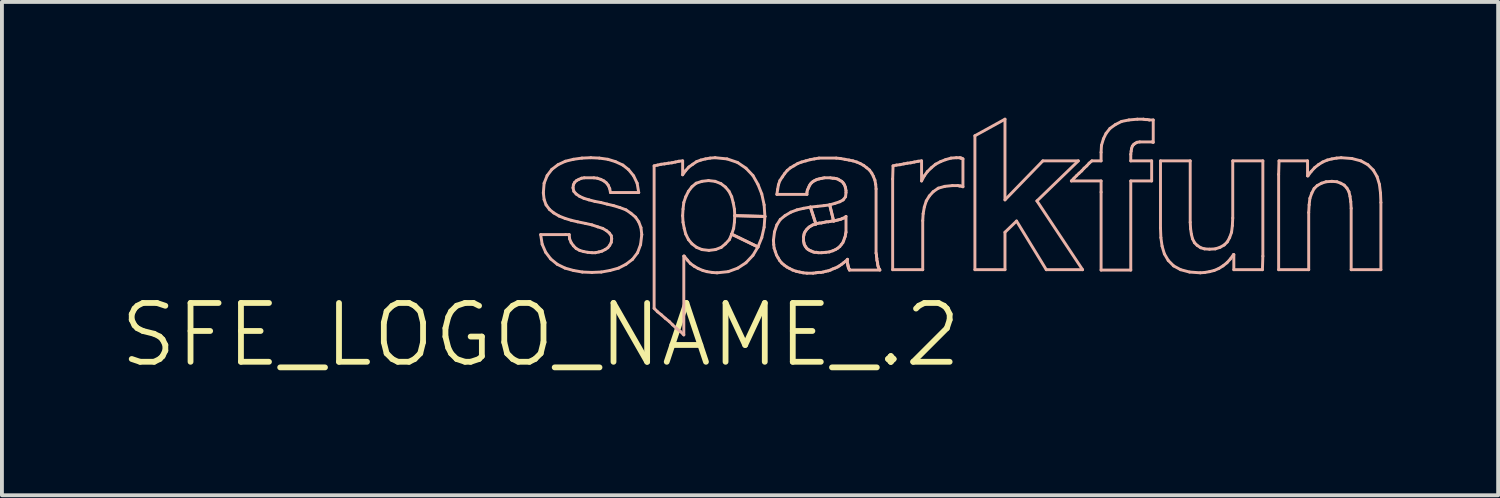
<source format=kicad_pcb>
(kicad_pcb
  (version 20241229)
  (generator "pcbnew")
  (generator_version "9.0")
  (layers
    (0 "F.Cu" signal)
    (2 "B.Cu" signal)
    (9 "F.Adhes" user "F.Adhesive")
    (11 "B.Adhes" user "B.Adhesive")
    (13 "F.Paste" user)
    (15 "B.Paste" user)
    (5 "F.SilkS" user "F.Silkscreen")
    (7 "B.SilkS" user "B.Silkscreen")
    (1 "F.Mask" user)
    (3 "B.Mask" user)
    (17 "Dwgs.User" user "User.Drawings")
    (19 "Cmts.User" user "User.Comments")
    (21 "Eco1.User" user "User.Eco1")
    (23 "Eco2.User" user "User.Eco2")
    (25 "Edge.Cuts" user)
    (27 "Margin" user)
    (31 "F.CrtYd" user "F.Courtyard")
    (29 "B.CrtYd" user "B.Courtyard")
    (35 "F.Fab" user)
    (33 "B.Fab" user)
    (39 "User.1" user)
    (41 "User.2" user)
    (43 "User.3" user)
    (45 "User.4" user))
  (footprint "SFE_LOGO_NAME_.2"
    (layer "F.Cu")
    (at 10.958 5.626)
    (property "Reference" "SFE_LOGO_NAME_.2" (at 0 0 0) (layer "F.SilkS") (effects (font (size 1.524 1.524) (thickness 0.15))))
    (attr exclude_from_pos_files exclude_from_bom)
    (fp_line (start 0 -2.598) (end 0.648 -2.598) (stroke (width 0.076) (type solid)) (layer "B.SilkS"))
    (fp_line (start 0.038 -2.349) (end 0 -2.598) (stroke (width 0.076) (type solid)) (layer "B.SilkS"))
    (fp_line (start 0.069 -3.678) (end 0.089 -3.929) (stroke (width 0.076) (type solid)) (layer "B.SilkS"))
    (fp_line (start 0.089 -3.929) (end 0.168 -4.128) (stroke (width 0.076) (type solid)) (layer "B.SilkS"))
    (fp_line (start 0.089 -3.508) (end 0.069 -3.678) (stroke (width 0.076) (type solid)) (layer "B.SilkS"))
    (fp_line (start 0.13 -2.139) (end 0.038 -2.349) (stroke (width 0.076) (type solid)) (layer "B.SilkS"))
    (fp_line (start 0.14 -3.368) (end 0.089 -3.508) (stroke (width 0.076) (type solid)) (layer "B.SilkS"))
    (fp_line (start 0.168 -4.128) (end 0.29 -4.288) (stroke (width 0.076) (type solid)) (layer "B.SilkS"))
    (fp_line (start 0.229 -3.249) (end 0.14 -3.368) (stroke (width 0.076) (type solid)) (layer "B.SilkS"))
    (fp_line (start 0.259 -1.968) (end 0.13 -2.139) (stroke (width 0.076) (type solid)) (layer "B.SilkS"))
    (fp_line (start 0.29 -4.288) (end 0.45 -4.409) (stroke (width 0.076) (type solid)) (layer "B.SilkS"))
    (fp_line (start 0.338 -3.16) (end 0.229 -3.249) (stroke (width 0.076) (type solid)) (layer "B.SilkS"))
    (fp_line (start 0.429 -1.829) (end 0.259 -1.968) (stroke (width 0.076) (type solid)) (layer "B.SilkS"))
    (fp_line (start 0.45 -4.409) (end 0.638 -4.498) (stroke (width 0.076) (type solid)) (layer "B.SilkS"))
    (fp_line (start 0.478 -3.078) (end 0.338 -3.16) (stroke (width 0.076) (type solid)) (layer "B.SilkS"))
    (fp_line (start 0.63 -3.018) (end 0.478 -3.078) (stroke (width 0.076) (type solid)) (layer "B.SilkS"))
    (fp_line (start 0.63 -1.73) (end 0.429 -1.829) (stroke (width 0.076) (type solid)) (layer "B.SilkS"))
    (fp_line (start 0.638 -4.498) (end 0.848 -4.549) (stroke (width 0.076) (type solid)) (layer "B.SilkS"))
    (fp_line (start 0.648 -2.598) (end 0.739 -2.598) (stroke (width 0.076) (type solid)) (layer "B.SilkS"))
    (fp_line (start 0.739 -2.598) (end 0.749 -2.489) (stroke (width 0.076) (type solid)) (layer "B.SilkS"))
    (fp_line (start 0.749 -2.489) (end 0.79 -2.388) (stroke (width 0.076) (type solid)) (layer "B.SilkS"))
    (fp_line (start 0.79 -2.969) (end 0.63 -3.018) (stroke (width 0.076) (type solid)) (layer "B.SilkS"))
    (fp_line (start 0.79 -2.388) (end 0.848 -2.309) (stroke (width 0.076) (type solid)) (layer "B.SilkS"))
    (fp_line (start 0.838 -3.81) (end 0.859 -3.719) (stroke (width 0.076) (type solid)) (layer "B.SilkS"))
    (fp_line (start 0.848 -4.549) (end 1.069 -4.58) (stroke (width 0.076) (type solid)) (layer "B.SilkS"))
    (fp_line (start 0.848 -3.889) (end 0.838 -3.81) (stroke (width 0.076) (type solid)) (layer "B.SilkS"))
    (fp_line (start 0.848 -2.309) (end 0.919 -2.238) (stroke (width 0.076) (type solid)) (layer "B.SilkS"))
    (fp_line (start 0.848 -1.669) (end 0.63 -1.73) (stroke (width 0.076) (type solid)) (layer "B.SilkS"))
    (fp_line (start 0.859 -3.719) (end 0.919 -3.65) (stroke (width 0.076) (type solid)) (layer "B.SilkS"))
    (fp_line (start 0.879 -3.95) (end 0.848 -3.889) (stroke (width 0.076) (type solid)) (layer "B.SilkS"))
    (fp_line (start 0.919 -3.65) (end 1.008 -3.589) (stroke (width 0.076) (type solid)) (layer "B.SilkS"))
    (fp_line (start 0.919 -2.238) (end 1.008 -2.189) (stroke (width 0.076) (type solid)) (layer "B.SilkS"))
    (fp_line (start 0.93 -3.998) (end 0.879 -3.95) (stroke (width 0.076) (type solid)) (layer "B.SilkS"))
    (fp_line (start 0.958 -2.929) (end 0.79 -2.969) (stroke (width 0.076) (type solid)) (layer "B.SilkS"))
    (fp_line (start 0.988 -4.028) (end 0.93 -3.998) (stroke (width 0.076) (type solid)) (layer "B.SilkS"))
    (fp_line (start 1.008 -3.589) (end 1.118 -3.538) (stroke (width 0.076) (type solid)) (layer "B.SilkS"))
    (fp_line (start 1.008 -2.189) (end 1.11 -2.159) (stroke (width 0.076) (type solid)) (layer "B.SilkS"))
    (fp_line (start 1.059 -4.059) (end 0.988 -4.028) (stroke (width 0.076) (type solid)) (layer "B.SilkS"))
    (fp_line (start 1.069 -4.58) (end 1.298 -4.59) (stroke (width 0.076) (type solid)) (layer "B.SilkS"))
    (fp_line (start 1.079 -1.628) (end 0.848 -1.669) (stroke (width 0.076) (type solid)) (layer "B.SilkS"))
    (fp_line (start 1.11 -2.159) (end 1.219 -2.139) (stroke (width 0.076) (type solid)) (layer "B.SilkS"))
    (fp_line (start 1.118 -3.538) (end 1.25 -3.498) (stroke (width 0.076) (type solid)) (layer "B.SilkS"))
    (fp_line (start 1.128 -4.069) (end 1.059 -4.059) (stroke (width 0.076) (type solid)) (layer "B.SilkS"))
    (fp_line (start 1.158 -2.888) (end 0.958 -2.929) (stroke (width 0.076) (type solid)) (layer "B.SilkS"))
    (fp_line (start 1.219 -2.139) (end 1.328 -2.129) (stroke (width 0.076) (type solid)) (layer "B.SilkS"))
    (fp_line (start 1.25 -3.498) (end 1.4 -3.459) (stroke (width 0.076) (type solid)) (layer "B.SilkS"))
    (fp_line (start 1.298 -4.59) (end 1.519 -4.58) (stroke (width 0.076) (type solid)) (layer "B.SilkS"))
    (fp_line (start 1.328 -2.85) (end 1.158 -2.888) (stroke (width 0.076) (type solid)) (layer "B.SilkS"))
    (fp_line (start 1.328 -2.129) (end 1.42 -2.129) (stroke (width 0.076) (type solid)) (layer "B.SilkS"))
    (fp_line (start 1.328 -1.618) (end 1.079 -1.628) (stroke (width 0.076) (type solid)) (layer "B.SilkS"))
    (fp_line (start 1.379 -4.069) (end 1.128 -4.069) (stroke (width 0.076) (type solid)) (layer "B.SilkS"))
    (fp_line (start 1.4 -3.459) (end 1.56 -3.429) (stroke (width 0.076) (type solid)) (layer "B.SilkS"))
    (fp_line (start 1.42 -2.129) (end 1.509 -2.149) (stroke (width 0.076) (type solid)) (layer "B.SilkS"))
    (fp_line (start 1.468 -4.059) (end 1.379 -4.069) (stroke (width 0.076) (type solid)) (layer "B.SilkS"))
    (fp_line (start 1.478 -2.799) (end 1.328 -2.85) (stroke (width 0.076) (type solid)) (layer "B.SilkS"))
    (fp_line (start 1.509 -2.149) (end 1.587 -2.169) (stroke (width 0.076) (type solid)) (layer "B.SilkS"))
    (fp_line (start 1.519 -4.58) (end 1.74 -4.549) (stroke (width 0.076) (type solid)) (layer "B.SilkS"))
    (fp_line (start 1.56 -4.028) (end 1.468 -4.059) (stroke (width 0.076) (type solid)) (layer "B.SilkS"))
    (fp_line (start 1.56 -3.429) (end 1.72 -3.388) (stroke (width 0.076) (type solid)) (layer "B.SilkS"))
    (fp_line (start 1.57 -1.628) (end 1.328 -1.618) (stroke (width 0.076) (type solid)) (layer "B.SilkS"))
    (fp_line (start 1.587 -2.169) (end 1.669 -2.21) (stroke (width 0.076) (type solid)) (layer "B.SilkS"))
    (fp_line (start 1.608 -2.758) (end 1.478 -2.799) (stroke (width 0.076) (type solid)) (layer "B.SilkS"))
    (fp_line (start 1.638 -3.988) (end 1.56 -4.028) (stroke (width 0.076) (type solid)) (layer "B.SilkS"))
    (fp_line (start 1.669 -2.21) (end 1.74 -2.258) (stroke (width 0.076) (type solid)) (layer "B.SilkS"))
    (fp_line (start 1.699 -3.94) (end 1.638 -3.988) (stroke (width 0.076) (type solid)) (layer "B.SilkS"))
    (fp_line (start 1.709 -2.697) (end 1.608 -2.758) (stroke (width 0.076) (type solid)) (layer "B.SilkS"))
    (fp_line (start 1.72 -3.388) (end 1.89 -3.348) (stroke (width 0.076) (type solid)) (layer "B.SilkS"))
    (fp_line (start 1.74 -4.549) (end 1.938 -4.488) (stroke (width 0.076) (type solid)) (layer "B.SilkS"))
    (fp_line (start 1.74 -2.258) (end 1.788 -2.319) (stroke (width 0.076) (type solid)) (layer "B.SilkS"))
    (fp_line (start 1.748 -3.879) (end 1.699 -3.94) (stroke (width 0.076) (type solid)) (layer "B.SilkS"))
    (fp_line (start 1.778 -2.639) (end 1.709 -2.697) (stroke (width 0.076) (type solid)) (layer "B.SilkS"))
    (fp_line (start 1.788 -3.79) (end 1.748 -3.879) (stroke (width 0.076) (type solid)) (layer "B.SilkS"))
    (fp_line (start 1.788 -2.319) (end 1.829 -2.398) (stroke (width 0.076) (type solid)) (layer "B.SilkS"))
    (fp_line (start 1.798 -1.669) (end 1.57 -1.628) (stroke (width 0.076) (type solid)) (layer "B.SilkS"))
    (fp_line (start 1.808 -3.688) (end 1.788 -3.79) (stroke (width 0.076) (type solid)) (layer "B.SilkS"))
    (fp_line (start 1.829 -2.568) (end 1.778 -2.639) (stroke (width 0.076) (type solid)) (layer "B.SilkS"))
    (fp_line (start 1.829 -2.398) (end 1.839 -2.489) (stroke (width 0.076) (type solid)) (layer "B.SilkS"))
    (fp_line (start 1.839 -2.489) (end 1.829 -2.568) (stroke (width 0.076) (type solid)) (layer "B.SilkS"))
    (fp_line (start 1.89 -3.348) (end 2.05 -3.299) (stroke (width 0.076) (type solid)) (layer "B.SilkS"))
    (fp_line (start 1.938 -4.488) (end 2.129 -4.399) (stroke (width 0.076) (type solid)) (layer "B.SilkS"))
    (fp_line (start 2.019 -1.73) (end 1.798 -1.669) (stroke (width 0.076) (type solid)) (layer "B.SilkS"))
    (fp_line (start 2.05 -3.299) (end 2.21 -3.239) (stroke (width 0.076) (type solid)) (layer "B.SilkS"))
    (fp_line (start 2.129 -4.399) (end 2.278 -4.28) (stroke (width 0.076) (type solid)) (layer "B.SilkS"))
    (fp_line (start 2.21 -3.239) (end 2.339 -3.15) (stroke (width 0.076) (type solid)) (layer "B.SilkS"))
    (fp_line (start 2.21 -1.829) (end 2.019 -1.73) (stroke (width 0.076) (type solid)) (layer "B.SilkS"))
    (fp_line (start 2.278 -4.28) (end 2.408 -4.12) (stroke (width 0.076) (type solid)) (layer "B.SilkS"))
    (fp_line (start 2.339 -3.15) (end 2.459 -3.048) (stroke (width 0.076) (type solid)) (layer "B.SilkS"))
    (fp_line (start 2.38 -1.958) (end 2.21 -1.829) (stroke (width 0.076) (type solid)) (layer "B.SilkS"))
    (fp_line (start 2.408 -4.12) (end 2.499 -3.929) (stroke (width 0.076) (type solid)) (layer "B.SilkS"))
    (fp_line (start 2.459 -3.048) (end 2.54 -2.929) (stroke (width 0.076) (type solid)) (layer "B.SilkS"))
    (fp_line (start 2.499 -3.929) (end 2.54 -3.688) (stroke (width 0.076) (type solid)) (layer "B.SilkS"))
    (fp_line (start 2.51 -2.129) (end 2.38 -1.958) (stroke (width 0.076) (type solid)) (layer "B.SilkS"))
    (fp_line (start 2.54 -3.688) (end 1.808 -3.688) (stroke (width 0.076) (type solid)) (layer "B.SilkS"))
    (fp_line (start 2.54 -2.929) (end 2.598 -2.779) (stroke (width 0.076) (type solid)) (layer "B.SilkS"))
    (fp_line (start 2.588 -2.339) (end 2.51 -2.129) (stroke (width 0.076) (type solid)) (layer "B.SilkS"))
    (fp_line (start 2.598 -2.779) (end 2.619 -2.598) (stroke (width 0.076) (type solid)) (layer "B.SilkS"))
    (fp_line (start 2.619 -2.598) (end 2.588 -2.339) (stroke (width 0.076) (type solid)) (layer "B.SilkS"))
    (fp_line (start 2.939 -4.379) (end 3.028 -4.399) (stroke (width 0.076) (type solid)) (layer "B.SilkS"))
    (fp_line (start 2.939 -0.688) (end 2.939 -4.379) (stroke (width 0.076) (type solid)) (layer "B.SilkS"))
    (fp_line (start 3.028 -4.399) (end 3.119 -4.42) (stroke (width 0.076) (type solid)) (layer "B.SilkS"))
    (fp_line (start 3.028 -0.599) (end 2.939 -0.688) (stroke (width 0.076) (type solid)) (layer "B.SilkS"))
    (fp_line (start 3.119 -4.42) (end 3.208 -4.43) (stroke (width 0.076) (type solid)) (layer "B.SilkS"))
    (fp_line (start 3.129 -0.518) (end 3.028 -0.599) (stroke (width 0.076) (type solid)) (layer "B.SilkS"))
    (fp_line (start 3.208 -4.43) (end 3.31 -4.448) (stroke (width 0.076) (type solid)) (layer "B.SilkS"))
    (fp_line (start 3.228 -0.429) (end 3.129 -0.518) (stroke (width 0.076) (type solid)) (layer "B.SilkS"))
    (fp_line (start 3.31 -4.448) (end 3.399 -4.458) (stroke (width 0.076) (type solid)) (layer "B.SilkS"))
    (fp_line (start 3.33 -0.348) (end 3.228 -0.429) (stroke (width 0.076) (type solid)) (layer "B.SilkS"))
    (fp_line (start 3.399 -4.458) (end 3.49 -4.478) (stroke (width 0.076) (type solid)) (layer "B.SilkS"))
    (fp_line (start 3.419 -0.259) (end 3.33 -0.348) (stroke (width 0.076) (type solid)) (layer "B.SilkS"))
    (fp_line (start 3.49 -4.478) (end 3.579 -4.498) (stroke (width 0.076) (type solid)) (layer "B.SilkS"))
    (fp_line (start 3.518 -0.168) (end 3.419 -0.259) (stroke (width 0.076) (type solid)) (layer "B.SilkS"))
    (fp_line (start 3.579 -4.498) (end 3.678 -4.508) (stroke (width 0.076) (type solid)) (layer "B.SilkS"))
    (fp_line (start 3.619 -0.089) (end 3.518 -0.168) (stroke (width 0.076) (type solid)) (layer "B.SilkS"))
    (fp_line (start 3.678 -4.508) (end 3.678 -4.148) (stroke (width 0.076) (type solid)) (layer "B.SilkS"))
    (fp_line (start 3.678 -4.148) (end 3.759 -4.26) (stroke (width 0.076) (type solid)) (layer "B.SilkS"))
    (fp_line (start 3.678 -3.089) (end 3.688 -2.918) (stroke (width 0.076) (type solid)) (layer "B.SilkS"))
    (fp_line (start 3.688 -3.259) (end 3.678 -3.089) (stroke (width 0.076) (type solid)) (layer "B.SilkS"))
    (fp_line (start 3.688 -2.918) (end 3.719 -2.758) (stroke (width 0.076) (type solid)) (layer "B.SilkS"))
    (fp_line (start 3.708 -3.429) (end 3.688 -3.259) (stroke (width 0.076) (type solid)) (layer "B.SilkS"))
    (fp_line (start 3.708 -2.04) (end 3.708 0) (stroke (width 0.076) (type solid)) (layer "B.SilkS"))
    (fp_line (start 3.708 0) (end 3.619 -0.089) (stroke (width 0.076) (type solid)) (layer "B.SilkS"))
    (fp_line (start 3.719 -2.758) (end 3.759 -2.609) (stroke (width 0.076) (type solid)) (layer "B.SilkS"))
    (fp_line (start 3.719 -2.04) (end 3.708 -2.04) (stroke (width 0.076) (type solid)) (layer "B.SilkS"))
    (fp_line (start 3.759 -4.26) (end 3.838 -4.348) (stroke (width 0.076) (type solid)) (layer "B.SilkS"))
    (fp_line (start 3.759 -3.579) (end 3.708 -3.429) (stroke (width 0.076) (type solid)) (layer "B.SilkS"))
    (fp_line (start 3.759 -2.609) (end 3.828 -2.469) (stroke (width 0.076) (type solid)) (layer "B.SilkS"))
    (fp_line (start 3.8 -1.938) (end 3.719 -2.04) (stroke (width 0.076) (type solid)) (layer "B.SilkS"))
    (fp_line (start 3.828 -3.719) (end 3.759 -3.579) (stroke (width 0.076) (type solid)) (layer "B.SilkS"))
    (fp_line (start 3.828 -2.469) (end 3.919 -2.36) (stroke (width 0.076) (type solid)) (layer "B.SilkS"))
    (fp_line (start 3.838 -4.348) (end 3.94 -4.42) (stroke (width 0.076) (type solid)) (layer "B.SilkS"))
    (fp_line (start 3.879 -1.849) (end 3.8 -1.938) (stroke (width 0.076) (type solid)) (layer "B.SilkS"))
    (fp_line (start 3.919 -3.838) (end 3.828 -3.719) (stroke (width 0.076) (type solid)) (layer "B.SilkS"))
    (fp_line (start 3.919 -2.36) (end 4.039 -2.268) (stroke (width 0.076) (type solid)) (layer "B.SilkS"))
    (fp_line (start 3.94 -4.42) (end 4.039 -4.488) (stroke (width 0.076) (type solid)) (layer "B.SilkS"))
    (fp_line (start 3.978 -1.778) (end 3.879 -1.849) (stroke (width 0.076) (type solid)) (layer "B.SilkS"))
    (fp_line (start 4.028 -3.929) (end 3.919 -3.838) (stroke (width 0.076) (type solid)) (layer "B.SilkS"))
    (fp_line (start 4.039 -4.488) (end 4.148 -4.529) (stroke (width 0.076) (type solid)) (layer "B.SilkS"))
    (fp_line (start 4.039 -2.268) (end 4.178 -2.21) (stroke (width 0.076) (type solid)) (layer "B.SilkS"))
    (fp_line (start 4.079 -1.72) (end 3.978 -1.778) (stroke (width 0.076) (type solid)) (layer "B.SilkS"))
    (fp_line (start 4.148 -4.529) (end 4.27 -4.559) (stroke (width 0.076) (type solid)) (layer "B.SilkS"))
    (fp_line (start 4.178 -3.978) (end 4.028 -3.929) (stroke (width 0.076) (type solid)) (layer "B.SilkS"))
    (fp_line (start 4.178 -2.21) (end 4.359 -2.189) (stroke (width 0.076) (type solid)) (layer "B.SilkS"))
    (fp_line (start 4.199 -1.669) (end 4.079 -1.72) (stroke (width 0.076) (type solid)) (layer "B.SilkS"))
    (fp_line (start 4.27 -4.559) (end 4.389 -4.58) (stroke (width 0.076) (type solid)) (layer "B.SilkS"))
    (fp_line (start 4.308 -1.638) (end 4.199 -1.669) (stroke (width 0.076) (type solid)) (layer "B.SilkS"))
    (fp_line (start 4.348 -3.998) (end 4.178 -3.978) (stroke (width 0.076) (type solid)) (layer "B.SilkS"))
    (fp_line (start 4.359 -2.189) (end 4.529 -2.21) (stroke (width 0.076) (type solid)) (layer "B.SilkS"))
    (fp_line (start 4.389 -4.58) (end 4.519 -4.59) (stroke (width 0.076) (type solid)) (layer "B.SilkS"))
    (fp_line (start 4.44 -1.618) (end 4.308 -1.638) (stroke (width 0.076) (type solid)) (layer "B.SilkS"))
    (fp_line (start 4.519 -4.59) (end 4.829 -4.559) (stroke (width 0.076) (type solid)) (layer "B.SilkS"))
    (fp_line (start 4.519 -3.978) (end 4.348 -3.998) (stroke (width 0.076) (type solid)) (layer "B.SilkS"))
    (fp_line (start 4.529 -2.21) (end 4.679 -2.268) (stroke (width 0.076) (type solid)) (layer "B.SilkS"))
    (fp_line (start 4.569 -1.608) (end 4.44 -1.618) (stroke (width 0.076) (type solid)) (layer "B.SilkS"))
    (fp_line (start 4.669 -3.919) (end 4.519 -3.978) (stroke (width 0.076) (type solid)) (layer "B.SilkS"))
    (fp_line (start 4.679 -2.268) (end 4.788 -2.36) (stroke (width 0.076) (type solid)) (layer "B.SilkS"))
    (fp_line (start 4.788 -3.828) (end 4.669 -3.919) (stroke (width 0.076) (type solid)) (layer "B.SilkS"))
    (fp_line (start 4.788 -2.36) (end 4.889 -2.469) (stroke (width 0.076) (type solid)) (layer "B.SilkS"))
    (fp_line (start 4.829 -4.559) (end 5.098 -4.468) (stroke (width 0.076) (type solid)) (layer "B.SilkS"))
    (fp_line (start 4.859 -1.638) (end 4.569 -1.608) (stroke (width 0.076) (type solid)) (layer "B.SilkS"))
    (fp_line (start 4.879 -3.719) (end 4.788 -3.828) (stroke (width 0.076) (type solid)) (layer "B.SilkS"))
    (fp_line (start 4.889 -2.469) (end 4.948 -2.609) (stroke (width 0.076) (type solid)) (layer "B.SilkS"))
    (fp_line (start 4.948 -3.579) (end 4.879 -3.719) (stroke (width 0.076) (type solid)) (layer "B.SilkS"))
    (fp_line (start 4.948 -2.609) (end 4.999 -2.758) (stroke (width 0.076) (type solid)) (layer "B.SilkS"))
    (fp_line (start 4.948 -2.609) (end 5.629 -2.278) (stroke (width 0.076) (type solid)) (layer "B.SilkS"))
    (fp_line (start 4.989 -3.419) (end 4.948 -3.579) (stroke (width 0.076) (type solid)) (layer "B.SilkS"))
    (fp_line (start 4.999 -2.758) (end 5.019 -2.918) (stroke (width 0.076) (type solid)) (layer "B.SilkS"))
    (fp_line (start 5.019 -3.259) (end 4.989 -3.419) (stroke (width 0.076) (type solid)) (layer "B.SilkS"))
    (fp_line (start 5.019 -2.918) (end 5.029 -3.089) (stroke (width 0.076) (type solid)) (layer "B.SilkS"))
    (fp_line (start 5.029 -3.089) (end 5.019 -3.259) (stroke (width 0.076) (type solid)) (layer "B.SilkS"))
    (fp_line (start 5.029 -3.089) (end 5.809 -3.068) (stroke (width 0.076) (type solid)) (layer "B.SilkS"))
    (fp_line (start 5.098 -4.468) (end 5.319 -4.318) (stroke (width 0.076) (type solid)) (layer "B.SilkS"))
    (fp_line (start 5.108 -1.73) (end 4.859 -1.638) (stroke (width 0.076) (type solid)) (layer "B.SilkS"))
    (fp_line (start 5.319 -4.318) (end 5.499 -4.128) (stroke (width 0.076) (type solid)) (layer "B.SilkS"))
    (fp_line (start 5.319 -1.869) (end 5.108 -1.73) (stroke (width 0.076) (type solid)) (layer "B.SilkS"))
    (fp_line (start 5.499 -4.128) (end 5.629 -3.899) (stroke (width 0.076) (type solid)) (layer "B.SilkS"))
    (fp_line (start 5.499 -2.06) (end 5.319 -1.869) (stroke (width 0.076) (type solid)) (layer "B.SilkS"))
    (fp_line (start 5.629 -3.899) (end 5.728 -3.65) (stroke (width 0.076) (type solid)) (layer "B.SilkS"))
    (fp_line (start 5.629 -2.278) (end 4.948 -2.609) (stroke (width 0.076) (type solid)) (layer "B.SilkS"))
    (fp_line (start 5.629 -2.278) (end 5.499 -2.06) (stroke (width 0.076) (type solid)) (layer "B.SilkS"))
    (fp_line (start 5.728 -3.65) (end 5.789 -3.368) (stroke (width 0.076) (type solid)) (layer "B.SilkS"))
    (fp_line (start 5.728 -2.52) (end 5.629 -2.278) (stroke (width 0.076) (type solid)) (layer "B.SilkS"))
    (fp_line (start 5.789 -3.368) (end 5.809 -3.068) (stroke (width 0.076) (type solid)) (layer "B.SilkS"))
    (fp_line (start 5.789 -2.789) (end 5.728 -2.52) (stroke (width 0.076) (type solid)) (layer "B.SilkS"))
    (fp_line (start 5.809 -3.068) (end 5.029 -3.089) (stroke (width 0.076) (type solid)) (layer "B.SilkS"))
    (fp_line (start 5.809 -3.068) (end 5.789 -2.789) (stroke (width 0.076) (type solid)) (layer "B.SilkS"))
    (fp_line (start 6.03 -2.449) (end 6.058 -2.67) (stroke (width 0.076) (type solid)) (layer "B.SilkS"))
    (fp_line (start 6.038 -2.339) (end 6.03 -2.449) (stroke (width 0.076) (type solid)) (layer "B.SilkS"))
    (fp_line (start 6.048 -2.248) (end 6.038 -2.339) (stroke (width 0.076) (type solid)) (layer "B.SilkS"))
    (fp_line (start 6.058 -2.67) (end 6.119 -2.85) (stroke (width 0.076) (type solid)) (layer "B.SilkS"))
    (fp_line (start 6.078 -2.159) (end 6.048 -2.248) (stroke (width 0.076) (type solid)) (layer "B.SilkS"))
    (fp_line (start 6.109 -2.068) (end 6.078 -2.159) (stroke (width 0.076) (type solid)) (layer "B.SilkS"))
    (fp_line (start 6.119 -3.64) (end 6.139 -3.769) (stroke (width 0.076) (type solid)) (layer "B.SilkS"))
    (fp_line (start 6.119 -2.85) (end 6.208 -2.99) (stroke (width 0.076) (type solid)) (layer "B.SilkS"))
    (fp_line (start 6.139 -3.769) (end 6.16 -3.889) (stroke (width 0.076) (type solid)) (layer "B.SilkS"))
    (fp_line (start 6.149 -1.999) (end 6.109 -2.068) (stroke (width 0.076) (type solid)) (layer "B.SilkS"))
    (fp_line (start 6.16 -3.889) (end 6.198 -3.998) (stroke (width 0.076) (type solid)) (layer "B.SilkS"))
    (fp_line (start 6.19 -1.928) (end 6.149 -1.999) (stroke (width 0.076) (type solid)) (layer "B.SilkS"))
    (fp_line (start 6.198 -3.998) (end 6.259 -4.089) (stroke (width 0.076) (type solid)) (layer "B.SilkS"))
    (fp_line (start 6.208 -2.99) (end 6.33 -3.089) (stroke (width 0.076) (type solid)) (layer "B.SilkS"))
    (fp_line (start 6.248 -1.859) (end 6.19 -1.928) (stroke (width 0.076) (type solid)) (layer "B.SilkS"))
    (fp_line (start 6.259 -4.089) (end 6.32 -4.178) (stroke (width 0.076) (type solid)) (layer "B.SilkS"))
    (fp_line (start 6.309 -1.808) (end 6.248 -1.859) (stroke (width 0.076) (type solid)) (layer "B.SilkS"))
    (fp_line (start 6.32 -4.178) (end 6.388 -4.26) (stroke (width 0.076) (type solid)) (layer "B.SilkS"))
    (fp_line (start 6.33 -3.089) (end 6.48 -3.178) (stroke (width 0.076) (type solid)) (layer "B.SilkS"))
    (fp_line (start 6.378 -1.758) (end 6.309 -1.808) (stroke (width 0.076) (type solid)) (layer "B.SilkS"))
    (fp_line (start 6.388 -4.26) (end 6.469 -4.328) (stroke (width 0.076) (type solid)) (layer "B.SilkS"))
    (fp_line (start 6.449 -1.72) (end 6.378 -1.758) (stroke (width 0.076) (type solid)) (layer "B.SilkS"))
    (fp_line (start 6.469 -4.328) (end 6.558 -4.379) (stroke (width 0.076) (type solid)) (layer "B.SilkS"))
    (fp_line (start 6.48 -3.178) (end 6.64 -3.239) (stroke (width 0.076) (type solid)) (layer "B.SilkS"))
    (fp_line (start 6.528 -1.679) (end 6.449 -1.72) (stroke (width 0.076) (type solid)) (layer "B.SilkS"))
    (fp_line (start 6.558 -4.379) (end 6.66 -4.44) (stroke (width 0.076) (type solid)) (layer "B.SilkS"))
    (fp_line (start 6.619 -1.648) (end 6.528 -1.679) (stroke (width 0.076) (type solid)) (layer "B.SilkS"))
    (fp_line (start 6.64 -3.239) (end 6.81 -3.279) (stroke (width 0.076) (type solid)) (layer "B.SilkS"))
    (fp_line (start 6.66 -4.44) (end 6.759 -4.478) (stroke (width 0.076) (type solid)) (layer "B.SilkS"))
    (fp_line (start 6.708 -1.628) (end 6.619 -1.648) (stroke (width 0.076) (type solid)) (layer "B.SilkS"))
    (fp_line (start 6.759 -4.478) (end 6.868 -4.508) (stroke (width 0.076) (type solid)) (layer "B.SilkS"))
    (fp_line (start 6.8 -1.608) (end 6.708 -1.628) (stroke (width 0.076) (type solid)) (layer "B.SilkS"))
    (fp_line (start 6.81 -3.279) (end 6.988 -3.31) (stroke (width 0.076) (type solid)) (layer "B.SilkS"))
    (fp_line (start 6.81 -2.54) (end 6.81 -2.438) (stroke (width 0.076) (type solid)) (layer "B.SilkS"))
    (fp_line (start 6.81 -2.438) (end 6.82 -2.388) (stroke (width 0.076) (type solid)) (layer "B.SilkS"))
    (fp_line (start 6.82 -2.588) (end 6.81 -2.54) (stroke (width 0.076) (type solid)) (layer "B.SilkS"))
    (fp_line (start 6.82 -2.388) (end 6.828 -2.349) (stroke (width 0.076) (type solid)) (layer "B.SilkS"))
    (fp_line (start 6.828 -2.629) (end 6.82 -2.588) (stroke (width 0.076) (type solid)) (layer "B.SilkS"))
    (fp_line (start 6.828 -2.349) (end 6.848 -2.309) (stroke (width 0.076) (type solid)) (layer "B.SilkS"))
    (fp_line (start 6.848 -2.67) (end 6.828 -2.629) (stroke (width 0.076) (type solid)) (layer "B.SilkS"))
    (fp_line (start 6.848 -2.309) (end 6.868 -2.278) (stroke (width 0.076) (type solid)) (layer "B.SilkS"))
    (fp_line (start 6.868 -4.508) (end 6.98 -4.539) (stroke (width 0.076) (type solid)) (layer "B.SilkS"))
    (fp_line (start 6.868 -2.697) (end 6.848 -2.67) (stroke (width 0.076) (type solid)) (layer "B.SilkS"))
    (fp_line (start 6.868 -2.278) (end 6.888 -2.248) (stroke (width 0.076) (type solid)) (layer "B.SilkS"))
    (fp_line (start 6.888 -2.728) (end 6.868 -2.697) (stroke (width 0.076) (type solid)) (layer "B.SilkS"))
    (fp_line (start 6.888 -2.248) (end 6.919 -2.22) (stroke (width 0.076) (type solid)) (layer "B.SilkS"))
    (fp_line (start 6.899 -3.698) (end 6.899 -3.64) (stroke (width 0.076) (type solid)) (layer "B.SilkS"))
    (fp_line (start 6.899 -3.64) (end 6.119 -3.64) (stroke (width 0.076) (type solid)) (layer "B.SilkS"))
    (fp_line (start 6.899 -1.598) (end 6.8 -1.608) (stroke (width 0.076) (type solid)) (layer "B.SilkS"))
    (fp_line (start 6.909 -3.749) (end 6.899 -3.698) (stroke (width 0.076) (type solid)) (layer "B.SilkS"))
    (fp_line (start 6.919 -2.758) (end 6.888 -2.728) (stroke (width 0.076) (type solid)) (layer "B.SilkS"))
    (fp_line (start 6.919 -2.22) (end 6.949 -2.2) (stroke (width 0.076) (type solid)) (layer "B.SilkS"))
    (fp_line (start 6.929 -3.79) (end 6.909 -3.749) (stroke (width 0.076) (type solid)) (layer "B.SilkS"))
    (fp_line (start 6.949 -3.838) (end 6.929 -3.79) (stroke (width 0.076) (type solid)) (layer "B.SilkS"))
    (fp_line (start 6.949 -2.789) (end 6.919 -2.758) (stroke (width 0.076) (type solid)) (layer "B.SilkS"))
    (fp_line (start 6.949 -2.2) (end 6.988 -2.179) (stroke (width 0.076) (type solid)) (layer "B.SilkS"))
    (fp_line (start 6.97 -3.879) (end 6.949 -3.838) (stroke (width 0.076) (type solid)) (layer "B.SilkS"))
    (fp_line (start 6.98 -4.539) (end 7.089 -4.559) (stroke (width 0.076) (type solid)) (layer "B.SilkS"))
    (fp_line (start 6.98 -2.809) (end 6.949 -2.789) (stroke (width 0.076) (type solid)) (layer "B.SilkS"))
    (fp_line (start 6.988 -3.909) (end 6.97 -3.879) (stroke (width 0.076) (type solid)) (layer "B.SilkS"))
    (fp_line (start 6.988 -3.31) (end 7.13 -2.868) (stroke (width 0.076) (type solid)) (layer "B.SilkS"))
    (fp_line (start 6.988 -3.31) (end 7.168 -3.33) (stroke (width 0.076) (type solid)) (layer "B.SilkS"))
    (fp_line (start 6.988 -2.179) (end 7.018 -2.169) (stroke (width 0.076) (type solid)) (layer "B.SilkS"))
    (fp_line (start 7.018 -3.94) (end 6.988 -3.909) (stroke (width 0.076) (type solid)) (layer "B.SilkS"))
    (fp_line (start 7.018 -2.83) (end 6.98 -2.809) (stroke (width 0.076) (type solid)) (layer "B.SilkS"))
    (fp_line (start 7.018 -2.169) (end 7.059 -2.149) (stroke (width 0.076) (type solid)) (layer "B.SilkS"))
    (fp_line (start 7.048 -3.967) (end 7.018 -3.94) (stroke (width 0.076) (type solid)) (layer "B.SilkS"))
    (fp_line (start 7.048 -2.85) (end 7.018 -2.83) (stroke (width 0.076) (type solid)) (layer "B.SilkS"))
    (fp_line (start 7.059 -2.149) (end 7.099 -2.139) (stroke (width 0.076) (type solid)) (layer "B.SilkS"))
    (fp_line (start 7.059 -1.598) (end 6.899 -1.598) (stroke (width 0.076) (type solid)) (layer "B.SilkS"))
    (fp_line (start 7.079 -3.988) (end 7.048 -3.967) (stroke (width 0.076) (type solid)) (layer "B.SilkS"))
    (fp_line (start 7.089 -4.559) (end 7.209 -4.58) (stroke (width 0.076) (type solid)) (layer "B.SilkS"))
    (fp_line (start 7.089 -2.857) (end 7.048 -2.85) (stroke (width 0.076) (type solid)) (layer "B.SilkS"))
    (fp_line (start 7.099 -2.139) (end 7.148 -2.139) (stroke (width 0.076) (type solid)) (layer "B.SilkS"))
    (fp_line (start 7.12 -4.008) (end 7.079 -3.988) (stroke (width 0.076) (type solid)) (layer "B.SilkS"))
    (fp_line (start 7.13 -2.878) (end 6.988 -3.31) (stroke (width 0.076) (type solid)) (layer "B.SilkS"))
    (fp_line (start 7.13 -2.868) (end 7.089 -2.857) (stroke (width 0.076) (type solid)) (layer "B.SilkS"))
    (fp_line (start 7.13 -1.608) (end 7.059 -1.598) (stroke (width 0.076) (type solid)) (layer "B.SilkS"))
    (fp_line (start 7.148 -2.139) (end 7.188 -2.129) (stroke (width 0.076) (type solid)) (layer "B.SilkS"))
    (fp_line (start 7.158 -4.028) (end 7.12 -4.008) (stroke (width 0.076) (type solid)) (layer "B.SilkS"))
    (fp_line (start 7.168 -3.33) (end 7.338 -3.348) (stroke (width 0.076) (type solid)) (layer "B.SilkS"))
    (fp_line (start 7.178 -2.888) (end 7.13 -2.878) (stroke (width 0.076) (type solid)) (layer "B.SilkS"))
    (fp_line (start 7.188 -2.129) (end 7.28 -2.129) (stroke (width 0.076) (type solid)) (layer "B.SilkS"))
    (fp_line (start 7.188 -1.618) (end 7.13 -1.608) (stroke (width 0.076) (type solid)) (layer "B.SilkS"))
    (fp_line (start 7.209 -4.58) (end 7.658 -4.58) (stroke (width 0.076) (type solid)) (layer "B.SilkS"))
    (fp_line (start 7.209 -4.039) (end 7.158 -4.028) (stroke (width 0.076) (type solid)) (layer "B.SilkS"))
    (fp_line (start 7.219 -2.898) (end 7.178 -2.888) (stroke (width 0.076) (type solid)) (layer "B.SilkS"))
    (fp_line (start 7.249 -4.049) (end 7.209 -4.039) (stroke (width 0.076) (type solid)) (layer "B.SilkS"))
    (fp_line (start 7.259 -1.618) (end 7.188 -1.618) (stroke (width 0.076) (type solid)) (layer "B.SilkS"))
    (fp_line (start 7.269 -2.898) (end 7.219 -2.898) (stroke (width 0.076) (type solid)) (layer "B.SilkS"))
    (fp_line (start 7.28 -2.129) (end 7.389 -2.139) (stroke (width 0.076) (type solid)) (layer "B.SilkS"))
    (fp_line (start 7.3 -4.059) (end 7.249 -4.049) (stroke (width 0.076) (type solid)) (layer "B.SilkS"))
    (fp_line (start 7.308 -2.908) (end 7.269 -2.898) (stroke (width 0.076) (type solid)) (layer "B.SilkS"))
    (fp_line (start 7.318 -1.628) (end 7.259 -1.618) (stroke (width 0.076) (type solid)) (layer "B.SilkS"))
    (fp_line (start 7.338 -3.348) (end 7.488 -3.368) (stroke (width 0.076) (type solid)) (layer "B.SilkS"))
    (fp_line (start 7.348 -4.069) (end 7.3 -4.059) (stroke (width 0.076) (type solid)) (layer "B.SilkS"))
    (fp_line (start 7.358 -2.918) (end 7.308 -2.908) (stroke (width 0.076) (type solid)) (layer "B.SilkS"))
    (fp_line (start 7.389 -2.139) (end 7.478 -2.149) (stroke (width 0.076) (type solid)) (layer "B.SilkS"))
    (fp_line (start 7.389 -1.648) (end 7.318 -1.628) (stroke (width 0.076) (type solid)) (layer "B.SilkS"))
    (fp_line (start 7.399 -2.929) (end 7.358 -2.918) (stroke (width 0.076) (type solid)) (layer "B.SilkS"))
    (fp_line (start 7.45 -2.929) (end 7.399 -2.929) (stroke (width 0.076) (type solid)) (layer "B.SilkS"))
    (fp_line (start 7.45 -1.659) (end 7.389 -1.648) (stroke (width 0.076) (type solid)) (layer "B.SilkS"))
    (fp_line (start 7.478 -2.149) (end 7.569 -2.179) (stroke (width 0.076) (type solid)) (layer "B.SilkS"))
    (fp_line (start 7.488 -3.368) (end 7.59 -2.949) (stroke (width 0.076) (type solid)) (layer "B.SilkS"))
    (fp_line (start 7.488 -3.368) (end 7.628 -3.409) (stroke (width 0.076) (type solid)) (layer "B.SilkS"))
    (fp_line (start 7.498 -2.939) (end 7.45 -2.929) (stroke (width 0.076) (type solid)) (layer "B.SilkS"))
    (fp_line (start 7.508 -4.069) (end 7.348 -4.069) (stroke (width 0.076) (type solid)) (layer "B.SilkS"))
    (fp_line (start 7.508 -1.679) (end 7.45 -1.659) (stroke (width 0.076) (type solid)) (layer "B.SilkS"))
    (fp_line (start 7.539 -2.949) (end 7.498 -2.939) (stroke (width 0.076) (type solid)) (layer "B.SilkS"))
    (fp_line (start 7.559 -4.059) (end 7.508 -4.069) (stroke (width 0.076) (type solid)) (layer "B.SilkS"))
    (fp_line (start 7.569 -2.179) (end 7.638 -2.21) (stroke (width 0.076) (type solid)) (layer "B.SilkS"))
    (fp_line (start 7.569 -1.709) (end 7.508 -1.679) (stroke (width 0.076) (type solid)) (layer "B.SilkS"))
    (fp_line (start 7.59 -2.949) (end 7.488 -3.368) (stroke (width 0.076) (type solid)) (layer "B.SilkS"))
    (fp_line (start 7.59 -2.949) (end 7.539 -2.949) (stroke (width 0.076) (type solid)) (layer "B.SilkS"))
    (fp_line (start 7.6 -4.059) (end 7.559 -4.059) (stroke (width 0.076) (type solid)) (layer "B.SilkS"))
    (fp_line (start 7.628 -3.409) (end 7.75 -3.449) (stroke (width 0.076) (type solid)) (layer "B.SilkS"))
    (fp_line (start 7.628 -2.959) (end 7.59 -2.949) (stroke (width 0.076) (type solid)) (layer "B.SilkS"))
    (fp_line (start 7.628 -1.73) (end 7.569 -1.709) (stroke (width 0.076) (type solid)) (layer "B.SilkS"))
    (fp_line (start 7.638 -2.21) (end 7.699 -2.248) (stroke (width 0.076) (type solid)) (layer "B.SilkS"))
    (fp_line (start 7.648 -4.049) (end 7.6 -4.059) (stroke (width 0.076) (type solid)) (layer "B.SilkS"))
    (fp_line (start 7.658 -4.58) (end 7.77 -4.569) (stroke (width 0.076) (type solid)) (layer "B.SilkS"))
    (fp_line (start 7.668 -2.969) (end 7.628 -2.959) (stroke (width 0.076) (type solid)) (layer "B.SilkS"))
    (fp_line (start 7.689 -4.039) (end 7.648 -4.049) (stroke (width 0.076) (type solid)) (layer "B.SilkS"))
    (fp_line (start 7.689 -1.758) (end 7.628 -1.73) (stroke (width 0.076) (type solid)) (layer "B.SilkS"))
    (fp_line (start 7.699 -2.248) (end 7.75 -2.289) (stroke (width 0.076) (type solid)) (layer "B.SilkS"))
    (fp_line (start 7.709 -2.979) (end 7.668 -2.969) (stroke (width 0.076) (type solid)) (layer "B.SilkS"))
    (fp_line (start 7.729 -4.018) (end 7.689 -4.039) (stroke (width 0.076) (type solid)) (layer "B.SilkS"))
    (fp_line (start 7.739 -1.788) (end 7.689 -1.758) (stroke (width 0.076) (type solid)) (layer "B.SilkS"))
    (fp_line (start 7.75 -3.449) (end 7.838 -3.498) (stroke (width 0.076) (type solid)) (layer "B.SilkS"))
    (fp_line (start 7.75 -2.99) (end 7.709 -2.979) (stroke (width 0.076) (type solid)) (layer "B.SilkS"))
    (fp_line (start 7.75 -2.289) (end 7.788 -2.339) (stroke (width 0.076) (type solid)) (layer "B.SilkS"))
    (fp_line (start 7.76 -3.998) (end 7.729 -4.018) (stroke (width 0.076) (type solid)) (layer "B.SilkS"))
    (fp_line (start 7.77 -4.569) (end 7.879 -4.549) (stroke (width 0.076) (type solid)) (layer "B.SilkS"))
    (fp_line (start 7.788 -3) (end 7.75 -2.99) (stroke (width 0.076) (type solid)) (layer "B.SilkS"))
    (fp_line (start 7.788 -2.339) (end 7.828 -2.388) (stroke (width 0.076) (type solid)) (layer "B.SilkS"))
    (fp_line (start 7.798 -3.978) (end 7.76 -3.998) (stroke (width 0.076) (type solid)) (layer "B.SilkS"))
    (fp_line (start 7.798 -1.829) (end 7.739 -1.788) (stroke (width 0.076) (type solid)) (layer "B.SilkS"))
    (fp_line (start 7.818 -3.018) (end 7.788 -3) (stroke (width 0.076) (type solid)) (layer "B.SilkS"))
    (fp_line (start 7.828 -3.95) (end 7.798 -3.978) (stroke (width 0.076) (type solid)) (layer "B.SilkS"))
    (fp_line (start 7.828 -2.388) (end 7.849 -2.438) (stroke (width 0.076) (type solid)) (layer "B.SilkS"))
    (fp_line (start 7.838 -3.498) (end 7.899 -3.579) (stroke (width 0.076) (type solid)) (layer "B.SilkS"))
    (fp_line (start 7.849 -3.919) (end 7.828 -3.95) (stroke (width 0.076) (type solid)) (layer "B.SilkS"))
    (fp_line (start 7.849 -2.438) (end 7.869 -2.499) (stroke (width 0.076) (type solid)) (layer "B.SilkS"))
    (fp_line (start 7.849 -1.869) (end 7.798 -1.829) (stroke (width 0.076) (type solid)) (layer "B.SilkS"))
    (fp_line (start 7.859 -3.028) (end 7.818 -3.018) (stroke (width 0.076) (type solid)) (layer "B.SilkS"))
    (fp_line (start 7.869 -3.889) (end 7.849 -3.919) (stroke (width 0.076) (type solid)) (layer "B.SilkS"))
    (fp_line (start 7.869 -2.499) (end 7.889 -2.548) (stroke (width 0.076) (type solid)) (layer "B.SilkS"))
    (fp_line (start 7.879 -4.549) (end 7.988 -4.529) (stroke (width 0.076) (type solid)) (layer "B.SilkS"))
    (fp_line (start 7.889 -3.838) (end 7.869 -3.889) (stroke (width 0.076) (type solid)) (layer "B.SilkS"))
    (fp_line (start 7.889 -3.048) (end 7.859 -3.028) (stroke (width 0.076) (type solid)) (layer "B.SilkS"))
    (fp_line (start 7.889 -2.548) (end 7.899 -2.609) (stroke (width 0.076) (type solid)) (layer "B.SilkS"))
    (fp_line (start 7.899 -3.8) (end 7.889 -3.838) (stroke (width 0.076) (type solid)) (layer "B.SilkS"))
    (fp_line (start 7.899 -3.579) (end 7.91 -3.688) (stroke (width 0.076) (type solid)) (layer "B.SilkS"))
    (fp_line (start 7.899 -2.609) (end 7.91 -2.659) (stroke (width 0.076) (type solid)) (layer "B.SilkS"))
    (fp_line (start 7.899 -1.908) (end 7.849 -1.869) (stroke (width 0.076) (type solid)) (layer "B.SilkS"))
    (fp_line (start 7.91 -3.739) (end 7.899 -3.8) (stroke (width 0.076) (type solid)) (layer "B.SilkS"))
    (fp_line (start 7.91 -3.688) (end 7.91 -3.739) (stroke (width 0.076) (type solid)) (layer "B.SilkS"))
    (fp_line (start 7.91 -3.068) (end 7.889 -3.048) (stroke (width 0.076) (type solid)) (layer "B.SilkS"))
    (fp_line (start 7.91 -2.659) (end 7.91 -3.068) (stroke (width 0.076) (type solid)) (layer "B.SilkS"))
    (fp_line (start 7.948 -1.958) (end 7.899 -1.908) (stroke (width 0.076) (type solid)) (layer "B.SilkS"))
    (fp_line (start 7.948 -1.849) (end 7.948 -1.958) (stroke (width 0.076) (type solid)) (layer "B.SilkS"))
    (fp_line (start 7.958 -1.829) (end 7.948 -1.849) (stroke (width 0.076) (type solid)) (layer "B.SilkS"))
    (fp_line (start 7.958 -1.798) (end 7.958 -1.829) (stroke (width 0.076) (type solid)) (layer "B.SilkS"))
    (fp_line (start 7.968 -1.778) (end 7.958 -1.798) (stroke (width 0.076) (type solid)) (layer "B.SilkS"))
    (fp_line (start 7.968 -1.758) (end 7.968 -1.778) (stroke (width 0.076) (type solid)) (layer "B.SilkS"))
    (fp_line (start 7.978 -1.748) (end 7.968 -1.758) (stroke (width 0.076) (type solid)) (layer "B.SilkS"))
    (fp_line (start 7.978 -1.73) (end 7.978 -1.748) (stroke (width 0.076) (type solid)) (layer "B.SilkS"))
    (fp_line (start 7.988 -4.529) (end 8.09 -4.508) (stroke (width 0.076) (type solid)) (layer "B.SilkS"))
    (fp_line (start 7.988 -1.709) (end 7.978 -1.73) (stroke (width 0.076) (type solid)) (layer "B.SilkS"))
    (fp_line (start 7.998 -1.699) (end 7.988 -1.709) (stroke (width 0.076) (type solid)) (layer "B.SilkS"))
    (fp_line (start 7.998 -1.679) (end 7.998 -1.699) (stroke (width 0.076) (type solid)) (layer "B.SilkS"))
    (fp_line (start 8.09 -4.508) (end 8.189 -4.478) (stroke (width 0.076) (type solid)) (layer "B.SilkS"))
    (fp_line (start 8.189 -4.478) (end 8.278 -4.44) (stroke (width 0.076) (type solid)) (layer "B.SilkS"))
    (fp_line (start 8.278 -4.44) (end 8.369 -4.389) (stroke (width 0.076) (type solid)) (layer "B.SilkS"))
    (fp_line (start 8.369 -4.389) (end 8.448 -4.328) (stroke (width 0.076) (type solid)) (layer "B.SilkS"))
    (fp_line (start 8.448 -4.328) (end 8.519 -4.27) (stroke (width 0.076) (type solid)) (layer "B.SilkS"))
    (fp_line (start 8.519 -4.27) (end 8.578 -4.188) (stroke (width 0.076) (type solid)) (layer "B.SilkS"))
    (fp_line (start 8.578 -4.188) (end 8.618 -4.11) (stroke (width 0.076) (type solid)) (layer "B.SilkS"))
    (fp_line (start 8.618 -4.11) (end 8.659 -4.008) (stroke (width 0.076) (type solid)) (layer "B.SilkS"))
    (fp_line (start 8.659 -4.008) (end 8.679 -3.899) (stroke (width 0.076) (type solid)) (layer "B.SilkS"))
    (fp_line (start 8.679 -3.899) (end 8.689 -3.78) (stroke (width 0.076) (type solid)) (layer "B.SilkS"))
    (fp_line (start 8.689 -3.78) (end 8.689 -2.118) (stroke (width 0.076) (type solid)) (layer "B.SilkS"))
    (fp_line (start 8.689 -2.118) (end 8.7 -2.068) (stroke (width 0.076) (type solid)) (layer "B.SilkS"))
    (fp_line (start 8.7 -2.068) (end 8.7 -2.029) (stroke (width 0.076) (type solid)) (layer "B.SilkS"))
    (fp_line (start 8.7 -2.029) (end 8.71 -1.979) (stroke (width 0.076) (type solid)) (layer "B.SilkS"))
    (fp_line (start 8.71 -1.979) (end 8.71 -1.938) (stroke (width 0.076) (type solid)) (layer "B.SilkS"))
    (fp_line (start 8.71 -1.938) (end 8.72 -1.9) (stroke (width 0.076) (type solid)) (layer "B.SilkS"))
    (fp_line (start 8.72 -1.9) (end 8.73 -1.859) (stroke (width 0.076) (type solid)) (layer "B.SilkS"))
    (fp_line (start 8.73 -1.859) (end 8.73 -1.829) (stroke (width 0.076) (type solid)) (layer "B.SilkS"))
    (fp_line (start 8.73 -1.829) (end 8.738 -1.788) (stroke (width 0.076) (type solid)) (layer "B.SilkS"))
    (fp_line (start 8.738 -1.788) (end 8.748 -1.758) (stroke (width 0.076) (type solid)) (layer "B.SilkS"))
    (fp_line (start 8.748 -1.758) (end 8.758 -1.73) (stroke (width 0.076) (type solid)) (layer "B.SilkS"))
    (fp_line (start 8.758 -1.73) (end 8.778 -1.699) (stroke (width 0.076) (type solid)) (layer "B.SilkS"))
    (fp_line (start 8.778 -1.699) (end 8.788 -1.679) (stroke (width 0.076) (type solid)) (layer "B.SilkS"))
    (fp_line (start 8.788 -1.679) (end 7.998 -1.679) (stroke (width 0.076) (type solid)) (layer "B.SilkS"))
    (fp_line (start 9.119 -4.039) (end 9.129 -4.379) (stroke (width 0.076) (type solid)) (layer "B.SilkS"))
    (fp_line (start 9.119 -1.689) (end 9.119 -4.039) (stroke (width 0.076) (type solid)) (layer "B.SilkS"))
    (fp_line (start 9.129 -4.379) (end 9.218 -4.399) (stroke (width 0.076) (type solid)) (layer "B.SilkS"))
    (fp_line (start 9.218 -4.399) (end 9.309 -4.409) (stroke (width 0.076) (type solid)) (layer "B.SilkS"))
    (fp_line (start 9.309 -4.409) (end 9.408 -4.43) (stroke (width 0.076) (type solid)) (layer "B.SilkS"))
    (fp_line (start 9.408 -4.43) (end 9.5 -4.448) (stroke (width 0.076) (type solid)) (layer "B.SilkS"))
    (fp_line (start 9.5 -4.448) (end 9.588 -4.458) (stroke (width 0.076) (type solid)) (layer "B.SilkS"))
    (fp_line (start 9.588 -4.458) (end 9.68 -4.478) (stroke (width 0.076) (type solid)) (layer "B.SilkS"))
    (fp_line (start 9.68 -4.478) (end 9.779 -4.498) (stroke (width 0.076) (type solid)) (layer "B.SilkS"))
    (fp_line (start 9.779 -4.498) (end 9.868 -4.508) (stroke (width 0.076) (type solid)) (layer "B.SilkS"))
    (fp_line (start 9.868 -4.508) (end 9.868 -3.988) (stroke (width 0.076) (type solid)) (layer "B.SilkS"))
    (fp_line (start 9.868 -3.988) (end 9.939 -4.12) (stroke (width 0.076) (type solid)) (layer "B.SilkS"))
    (fp_line (start 9.898 -2.959) (end 9.898 -1.689) (stroke (width 0.076) (type solid)) (layer "B.SilkS"))
    (fp_line (start 9.898 -1.689) (end 9.119 -1.689) (stroke (width 0.076) (type solid)) (layer "B.SilkS"))
    (fp_line (start 9.909 -3.139) (end 9.898 -2.959) (stroke (width 0.076) (type solid)) (layer "B.SilkS"))
    (fp_line (start 9.939 -4.12) (end 10.018 -4.229) (stroke (width 0.076) (type solid)) (layer "B.SilkS"))
    (fp_line (start 9.939 -3.31) (end 9.909 -3.139) (stroke (width 0.076) (type solid)) (layer "B.SilkS"))
    (fp_line (start 9.99 -3.47) (end 9.939 -3.31) (stroke (width 0.076) (type solid)) (layer "B.SilkS"))
    (fp_line (start 10.018 -4.229) (end 10.119 -4.328) (stroke (width 0.076) (type solid)) (layer "B.SilkS"))
    (fp_line (start 10.069 -3.599) (end 9.99 -3.47) (stroke (width 0.076) (type solid)) (layer "B.SilkS"))
    (fp_line (start 10.119 -4.328) (end 10.229 -4.42) (stroke (width 0.076) (type solid)) (layer "B.SilkS"))
    (fp_line (start 10.168 -3.708) (end 10.069 -3.599) (stroke (width 0.076) (type solid)) (layer "B.SilkS"))
    (fp_line (start 10.229 -4.42) (end 10.358 -4.488) (stroke (width 0.076) (type solid)) (layer "B.SilkS"))
    (fp_line (start 10.3 -3.8) (end 10.168 -3.708) (stroke (width 0.076) (type solid)) (layer "B.SilkS"))
    (fp_line (start 10.358 -4.488) (end 10.488 -4.539) (stroke (width 0.076) (type solid)) (layer "B.SilkS"))
    (fp_line (start 10.47 -3.848) (end 10.3 -3.8) (stroke (width 0.076) (type solid)) (layer "B.SilkS"))
    (fp_line (start 10.488 -4.539) (end 10.63 -4.58) (stroke (width 0.076) (type solid)) (layer "B.SilkS"))
    (fp_line (start 10.63 -4.58) (end 10.77 -4.59) (stroke (width 0.076) (type solid)) (layer "B.SilkS"))
    (fp_line (start 10.668 -3.868) (end 10.47 -3.848) (stroke (width 0.076) (type solid)) (layer "B.SilkS"))
    (fp_line (start 10.77 -4.59) (end 10.858 -4.59) (stroke (width 0.076) (type solid)) (layer "B.SilkS"))
    (fp_line (start 10.808 -3.868) (end 10.668 -3.868) (stroke (width 0.076) (type solid)) (layer "B.SilkS"))
    (fp_line (start 10.848 -3.858) (end 10.808 -3.868) (stroke (width 0.076) (type solid)) (layer "B.SilkS"))
    (fp_line (start 10.858 -4.59) (end 10.879 -4.58) (stroke (width 0.076) (type solid)) (layer "B.SilkS"))
    (fp_line (start 10.879 -4.58) (end 10.899 -4.58) (stroke (width 0.076) (type solid)) (layer "B.SilkS"))
    (fp_line (start 10.879 -3.858) (end 10.848 -3.858) (stroke (width 0.076) (type solid)) (layer "B.SilkS"))
    (fp_line (start 10.899 -4.58) (end 10.919 -4.569) (stroke (width 0.076) (type solid)) (layer "B.SilkS"))
    (fp_line (start 10.919 -4.569) (end 10.94 -4.559) (stroke (width 0.076) (type solid)) (layer "B.SilkS"))
    (fp_line (start 10.919 -3.848) (end 10.879 -3.858) (stroke (width 0.076) (type solid)) (layer "B.SilkS"))
    (fp_line (start 10.94 -4.559) (end 10.94 -3.838) (stroke (width 0.076) (type solid)) (layer "B.SilkS"))
    (fp_line (start 10.94 -3.838) (end 10.919 -3.848) (stroke (width 0.076) (type solid)) (layer "B.SilkS"))
    (fp_line (start 11.25 -5.159) (end 12.029 -5.588) (stroke (width 0.076) (type solid)) (layer "B.SilkS"))
    (fp_line (start 11.25 -1.689) (end 11.25 -5.159) (stroke (width 0.076) (type solid)) (layer "B.SilkS"))
    (fp_line (start 12.029 -5.588) (end 12.029 -3.498) (stroke (width 0.076) (type solid)) (layer "B.SilkS"))
    (fp_line (start 12.029 -3.498) (end 13.01 -4.508) (stroke (width 0.076) (type solid)) (layer "B.SilkS"))
    (fp_line (start 12.029 -2.659) (end 12.029 -1.689) (stroke (width 0.076) (type solid)) (layer "B.SilkS"))
    (fp_line (start 12.029 -1.689) (end 11.25 -1.689) (stroke (width 0.076) (type solid)) (layer "B.SilkS"))
    (fp_line (start 12.329 -2.949) (end 12.029 -2.659) (stroke (width 0.076) (type solid)) (layer "B.SilkS"))
    (fp_line (start 12.857 -3.47) (end 14.039 -1.689) (stroke (width 0.076) (type solid)) (layer "B.SilkS"))
    (fp_line (start 13.01 -4.508) (end 13.929 -4.508) (stroke (width 0.076) (type solid)) (layer "B.SilkS"))
    (fp_line (start 13.099 -1.689) (end 12.329 -2.949) (stroke (width 0.076) (type solid)) (layer "B.SilkS"))
    (fp_line (start 13.749 -3.988) (end 13.818 -4.059) (stroke (width 0.076) (type solid)) (layer "B.SilkS"))
    (fp_line (start 13.818 -4.059) (end 13.879 -4.12) (stroke (width 0.076) (type solid)) (layer "B.SilkS"))
    (fp_line (start 13.879 -4.12) (end 13.95 -4.188) (stroke (width 0.076) (type solid)) (layer "B.SilkS"))
    (fp_line (start 13.929 -4.508) (end 12.857 -3.47) (stroke (width 0.076) (type solid)) (layer "B.SilkS"))
    (fp_line (start 13.95 -4.188) (end 14.018 -4.249) (stroke (width 0.076) (type solid)) (layer "B.SilkS"))
    (fp_line (start 14.018 -4.249) (end 14.079 -4.318) (stroke (width 0.076) (type solid)) (layer "B.SilkS"))
    (fp_line (start 14.039 -1.689) (end 13.099 -1.689) (stroke (width 0.076) (type solid)) (layer "B.SilkS"))
    (fp_line (start 14.079 -4.318) (end 14.148 -4.379) (stroke (width 0.076) (type solid)) (layer "B.SilkS"))
    (fp_line (start 14.148 -4.379) (end 14.209 -4.448) (stroke (width 0.076) (type solid)) (layer "B.SilkS"))
    (fp_line (start 14.209 -4.448) (end 14.28 -4.508) (stroke (width 0.076) (type solid)) (layer "B.SilkS"))
    (fp_line (start 14.28 -4.508) (end 14.519 -4.508) (stroke (width 0.076) (type solid)) (layer "B.SilkS"))
    (fp_line (start 14.519 -4.729) (end 14.529 -4.91) (stroke (width 0.076) (type solid)) (layer "B.SilkS"))
    (fp_line (start 14.519 -4.508) (end 14.519 -4.729) (stroke (width 0.076) (type solid)) (layer "B.SilkS"))
    (fp_line (start 14.519 -3.988) (end 13.749 -3.988) (stroke (width 0.076) (type solid)) (layer "B.SilkS"))
    (fp_line (start 14.519 -3.698) (end 14.519 -3.988) (stroke (width 0.076) (type solid)) (layer "B.SilkS"))
    (fp_line (start 14.519 -1.679) (end 14.519 -3.698) (stroke (width 0.076) (type solid)) (layer "B.SilkS"))
    (fp_line (start 14.529 -4.91) (end 14.58 -5.08) (stroke (width 0.076) (type solid)) (layer "B.SilkS"))
    (fp_line (start 14.58 -5.08) (end 14.648 -5.22) (stroke (width 0.076) (type solid)) (layer "B.SilkS"))
    (fp_line (start 14.648 -5.22) (end 14.75 -5.349) (stroke (width 0.076) (type solid)) (layer "B.SilkS"))
    (fp_line (start 14.75 -5.349) (end 14.889 -5.448) (stroke (width 0.076) (type solid)) (layer "B.SilkS"))
    (fp_line (start 14.889 -5.448) (end 15.05 -5.53) (stroke (width 0.076) (type solid)) (layer "B.SilkS"))
    (fp_line (start 15.05 -5.53) (end 15.24 -5.568) (stroke (width 0.076) (type solid)) (layer "B.SilkS"))
    (fp_line (start 15.24 -5.568) (end 15.458 -5.588) (stroke (width 0.076) (type solid)) (layer "B.SilkS"))
    (fp_line (start 15.288 -4.679) (end 15.288 -4.508) (stroke (width 0.076) (type solid)) (layer "B.SilkS"))
    (fp_line (start 15.288 -4.508) (end 15.829 -4.508) (stroke (width 0.076) (type solid)) (layer "B.SilkS"))
    (fp_line (start 15.288 -3.988) (end 15.288 -1.679) (stroke (width 0.076) (type solid)) (layer "B.SilkS"))
    (fp_line (start 15.288 -1.679) (end 14.519 -1.679) (stroke (width 0.076) (type solid)) (layer "B.SilkS"))
    (fp_line (start 15.298 -4.76) (end 15.288 -4.679) (stroke (width 0.076) (type solid)) (layer "B.SilkS"))
    (fp_line (start 15.309 -4.829) (end 15.298 -4.76) (stroke (width 0.076) (type solid)) (layer "B.SilkS"))
    (fp_line (start 15.329 -4.889) (end 15.309 -4.829) (stroke (width 0.076) (type solid)) (layer "B.SilkS"))
    (fp_line (start 15.359 -4.928) (end 15.329 -4.889) (stroke (width 0.076) (type solid)) (layer "B.SilkS"))
    (fp_line (start 15.397 -4.958) (end 15.359 -4.928) (stroke (width 0.076) (type solid)) (layer "B.SilkS"))
    (fp_line (start 15.448 -4.989) (end 15.397 -4.958) (stroke (width 0.076) (type solid)) (layer "B.SilkS"))
    (fp_line (start 15.458 -5.588) (end 15.618 -5.588) (stroke (width 0.076) (type solid)) (layer "B.SilkS"))
    (fp_line (start 15.519 -4.999) (end 15.448 -4.989) (stroke (width 0.076) (type solid)) (layer "B.SilkS"))
    (fp_line (start 15.618 -5.588) (end 15.669 -5.578) (stroke (width 0.076) (type solid)) (layer "B.SilkS"))
    (fp_line (start 15.669 -5.578) (end 15.718 -5.578) (stroke (width 0.076) (type solid)) (layer "B.SilkS"))
    (fp_line (start 15.718 -5.578) (end 15.768 -5.568) (stroke (width 0.076) (type solid)) (layer "B.SilkS"))
    (fp_line (start 15.768 -5.568) (end 15.87 -5.568) (stroke (width 0.076) (type solid)) (layer "B.SilkS"))
    (fp_line (start 15.829 -4.508) (end 15.829 -3.988) (stroke (width 0.076) (type solid)) (layer "B.SilkS"))
    (fp_line (start 15.829 -3.988) (end 15.288 -3.988) (stroke (width 0.076) (type solid)) (layer "B.SilkS"))
    (fp_line (start 15.839 -4.999) (end 15.519 -4.999) (stroke (width 0.076) (type solid)) (layer "B.SilkS"))
    (fp_line (start 15.87 -5.568) (end 15.87 -4.989) (stroke (width 0.076) (type solid)) (layer "B.SilkS"))
    (fp_line (start 15.87 -4.989) (end 15.839 -4.999) (stroke (width 0.076) (type solid)) (layer "B.SilkS"))
    (fp_line (start 16.058 -4.508) (end 16.828 -4.508) (stroke (width 0.076) (type solid)) (layer "B.SilkS"))
    (fp_line (start 16.058 -2.769) (end 16.058 -4.508) (stroke (width 0.076) (type solid)) (layer "B.SilkS"))
    (fp_line (start 16.068 -2.52) (end 16.058 -2.769) (stroke (width 0.076) (type solid)) (layer "B.SilkS"))
    (fp_line (start 16.099 -2.299) (end 16.068 -2.52) (stroke (width 0.076) (type solid)) (layer "B.SilkS"))
    (fp_line (start 16.159 -2.098) (end 16.099 -2.299) (stroke (width 0.076) (type solid)) (layer "B.SilkS"))
    (fp_line (start 16.259 -1.928) (end 16.159 -2.098) (stroke (width 0.076) (type solid)) (layer "B.SilkS"))
    (fp_line (start 16.398 -1.788) (end 16.259 -1.928) (stroke (width 0.076) (type solid)) (layer "B.SilkS"))
    (fp_line (start 16.579 -1.689) (end 16.398 -1.788) (stroke (width 0.076) (type solid)) (layer "B.SilkS"))
    (fp_line (start 16.81 -1.628) (end 16.579 -1.689) (stroke (width 0.076) (type solid)) (layer "B.SilkS"))
    (fp_line (start 16.828 -4.508) (end 16.828 -2.918) (stroke (width 0.076) (type solid)) (layer "B.SilkS"))
    (fp_line (start 16.828 -2.918) (end 16.838 -2.748) (stroke (width 0.076) (type solid)) (layer "B.SilkS"))
    (fp_line (start 16.838 -2.748) (end 16.858 -2.609) (stroke (width 0.076) (type solid)) (layer "B.SilkS"))
    (fp_line (start 16.858 -2.609) (end 16.888 -2.489) (stroke (width 0.076) (type solid)) (layer "B.SilkS"))
    (fp_line (start 16.888 -2.489) (end 16.939 -2.388) (stroke (width 0.076) (type solid)) (layer "B.SilkS"))
    (fp_line (start 16.939 -2.388) (end 17.008 -2.319) (stroke (width 0.076) (type solid)) (layer "B.SilkS"))
    (fp_line (start 17.008 -2.319) (end 17.099 -2.258) (stroke (width 0.076) (type solid)) (layer "B.SilkS"))
    (fp_line (start 17.089 -1.608) (end 16.81 -1.628) (stroke (width 0.076) (type solid)) (layer "B.SilkS"))
    (fp_line (start 17.099 -2.258) (end 17.198 -2.228) (stroke (width 0.076) (type solid)) (layer "B.SilkS"))
    (fp_line (start 17.198 -2.228) (end 17.328 -2.22) (stroke (width 0.076) (type solid)) (layer "B.SilkS"))
    (fp_line (start 17.209 -1.618) (end 17.089 -1.608) (stroke (width 0.076) (type solid)) (layer "B.SilkS"))
    (fp_line (start 17.328 -2.22) (end 17.478 -2.228) (stroke (width 0.076) (type solid)) (layer "B.SilkS"))
    (fp_line (start 17.328 -1.638) (end 17.209 -1.618) (stroke (width 0.076) (type solid)) (layer "B.SilkS"))
    (fp_line (start 17.45 -1.669) (end 17.328 -1.638) (stroke (width 0.076) (type solid)) (layer "B.SilkS"))
    (fp_line (start 17.478 -2.228) (end 17.6 -2.268) (stroke (width 0.076) (type solid)) (layer "B.SilkS"))
    (fp_line (start 17.569 -1.72) (end 17.45 -1.669) (stroke (width 0.076) (type solid)) (layer "B.SilkS"))
    (fp_line (start 17.6 -2.268) (end 17.709 -2.329) (stroke (width 0.076) (type solid)) (layer "B.SilkS"))
    (fp_line (start 17.678 -1.788) (end 17.569 -1.72) (stroke (width 0.076) (type solid)) (layer "B.SilkS"))
    (fp_line (start 17.709 -2.329) (end 17.788 -2.408) (stroke (width 0.076) (type solid)) (layer "B.SilkS"))
    (fp_line (start 17.78 -1.869) (end 17.678 -1.788) (stroke (width 0.076) (type solid)) (layer "B.SilkS"))
    (fp_line (start 17.788 -2.408) (end 17.849 -2.52) (stroke (width 0.076) (type solid)) (layer "B.SilkS"))
    (fp_line (start 17.849 -2.52) (end 17.899 -2.659) (stroke (width 0.076) (type solid)) (layer "B.SilkS"))
    (fp_line (start 17.869 -1.968) (end 17.78 -1.869) (stroke (width 0.076) (type solid)) (layer "B.SilkS"))
    (fp_line (start 17.899 -2.659) (end 17.92 -2.83) (stroke (width 0.076) (type solid)) (layer "B.SilkS"))
    (fp_line (start 17.92 -2.83) (end 17.93 -3.028) (stroke (width 0.076) (type solid)) (layer "B.SilkS"))
    (fp_line (start 17.93 -4.508) (end 18.71 -4.508) (stroke (width 0.076) (type solid)) (layer "B.SilkS"))
    (fp_line (start 17.93 -3.028) (end 17.93 -4.508) (stroke (width 0.076) (type solid)) (layer "B.SilkS"))
    (fp_line (start 17.948 -2.078) (end 17.869 -1.968) (stroke (width 0.076) (type solid)) (layer "B.SilkS"))
    (fp_line (start 17.958 -2.078) (end 17.948 -2.078) (stroke (width 0.076) (type solid)) (layer "B.SilkS"))
    (fp_line (start 17.958 -1.689) (end 17.958 -2.078) (stroke (width 0.076) (type solid)) (layer "B.SilkS"))
    (fp_line (start 18.699 -1.689) (end 17.958 -1.689) (stroke (width 0.076) (type solid)) (layer "B.SilkS"))
    (fp_line (start 18.71 -4.508) (end 18.71 -2.04) (stroke (width 0.076) (type solid)) (layer "B.SilkS"))
    (fp_line (start 18.71 -2.04) (end 18.699 -1.689) (stroke (width 0.076) (type solid)) (layer "B.SilkS"))
    (fp_line (start 19.119 -4.158) (end 19.129 -4.508) (stroke (width 0.076) (type solid)) (layer "B.SilkS"))
    (fp_line (start 19.119 -1.689) (end 19.119 -4.158) (stroke (width 0.076) (type solid)) (layer "B.SilkS"))
    (fp_line (start 19.129 -4.508) (end 19.868 -4.508) (stroke (width 0.076) (type solid)) (layer "B.SilkS"))
    (fp_line (start 19.868 -4.508) (end 19.868 -4.12) (stroke (width 0.076) (type solid)) (layer "B.SilkS"))
    (fp_line (start 19.868 -4.12) (end 19.878 -4.12) (stroke (width 0.076) (type solid)) (layer "B.SilkS"))
    (fp_line (start 19.878 -4.12) (end 19.959 -4.229) (stroke (width 0.076) (type solid)) (layer "B.SilkS"))
    (fp_line (start 19.898 -3.17) (end 19.898 -1.689) (stroke (width 0.076) (type solid)) (layer "B.SilkS"))
    (fp_line (start 19.898 -1.689) (end 19.119 -1.689) (stroke (width 0.076) (type solid)) (layer "B.SilkS"))
    (fp_line (start 19.909 -3.368) (end 19.898 -3.17) (stroke (width 0.076) (type solid)) (layer "B.SilkS"))
    (fp_line (start 19.929 -3.538) (end 19.909 -3.368) (stroke (width 0.076) (type solid)) (layer "B.SilkS"))
    (fp_line (start 19.959 -4.229) (end 20.048 -4.328) (stroke (width 0.076) (type solid)) (layer "B.SilkS"))
    (fp_line (start 19.98 -3.678) (end 19.929 -3.538) (stroke (width 0.076) (type solid)) (layer "B.SilkS"))
    (fp_line (start 20.038 -3.79) (end 19.98 -3.678) (stroke (width 0.076) (type solid)) (layer "B.SilkS"))
    (fp_line (start 20.048 -4.328) (end 20.15 -4.409) (stroke (width 0.076) (type solid)) (layer "B.SilkS"))
    (fp_line (start 20.119 -3.868) (end 20.038 -3.79) (stroke (width 0.076) (type solid)) (layer "B.SilkS"))
    (fp_line (start 20.15 -4.409) (end 20.259 -4.478) (stroke (width 0.076) (type solid)) (layer "B.SilkS"))
    (fp_line (start 20.229 -3.929) (end 20.119 -3.868) (stroke (width 0.076) (type solid)) (layer "B.SilkS"))
    (fp_line (start 20.259 -4.478) (end 20.378 -4.529) (stroke (width 0.076) (type solid)) (layer "B.SilkS"))
    (fp_line (start 20.348 -3.967) (end 20.229 -3.929) (stroke (width 0.076) (type solid)) (layer "B.SilkS"))
    (fp_line (start 20.378 -4.529) (end 20.498 -4.559) (stroke (width 0.076) (type solid)) (layer "B.SilkS"))
    (fp_line (start 20.498 -4.559) (end 20.62 -4.58) (stroke (width 0.076) (type solid)) (layer "B.SilkS"))
    (fp_line (start 20.498 -3.978) (end 20.348 -3.967) (stroke (width 0.076) (type solid)) (layer "B.SilkS"))
    (fp_line (start 20.62 -4.58) (end 20.739 -4.59) (stroke (width 0.076) (type solid)) (layer "B.SilkS"))
    (fp_line (start 20.63 -3.967) (end 20.498 -3.978) (stroke (width 0.076) (type solid)) (layer "B.SilkS"))
    (fp_line (start 20.729 -3.929) (end 20.63 -3.967) (stroke (width 0.076) (type solid)) (layer "B.SilkS"))
    (fp_line (start 20.739 -4.59) (end 21.018 -4.569) (stroke (width 0.076) (type solid)) (layer "B.SilkS"))
    (fp_line (start 20.818 -3.879) (end 20.729 -3.929) (stroke (width 0.076) (type solid)) (layer "B.SilkS"))
    (fp_line (start 20.889 -3.8) (end 20.818 -3.879) (stroke (width 0.076) (type solid)) (layer "B.SilkS"))
    (fp_line (start 20.94 -3.708) (end 20.889 -3.8) (stroke (width 0.076) (type solid)) (layer "B.SilkS"))
    (fp_line (start 20.968 -3.589) (end 20.94 -3.708) (stroke (width 0.076) (type solid)) (layer "B.SilkS"))
    (fp_line (start 20.988 -3.449) (end 20.968 -3.589) (stroke (width 0.076) (type solid)) (layer "B.SilkS"))
    (fp_line (start 20.998 -3.279) (end 20.988 -3.449) (stroke (width 0.076) (type solid)) (layer "B.SilkS"))
    (fp_line (start 20.998 -1.689) (end 20.998 -3.279) (stroke (width 0.076) (type solid)) (layer "B.SilkS"))
    (fp_line (start 21.018 -4.569) (end 21.25 -4.508) (stroke (width 0.076) (type solid)) (layer "B.SilkS"))
    (fp_line (start 21.25 -4.508) (end 21.43 -4.409) (stroke (width 0.076) (type solid)) (layer "B.SilkS"))
    (fp_line (start 21.43 -4.409) (end 21.57 -4.27) (stroke (width 0.076) (type solid)) (layer "B.SilkS"))
    (fp_line (start 21.57 -4.27) (end 21.669 -4.1) (stroke (width 0.076) (type solid)) (layer "B.SilkS"))
    (fp_line (start 21.669 -4.1) (end 21.73 -3.899) (stroke (width 0.076) (type solid)) (layer "B.SilkS"))
    (fp_line (start 21.73 -3.899) (end 21.758 -3.678) (stroke (width 0.076) (type solid)) (layer "B.SilkS"))
    (fp_line (start 21.758 -3.678) (end 21.768 -3.429) (stroke (width 0.076) (type solid)) (layer "B.SilkS"))
    (fp_line (start 21.768 -3.429) (end 21.768 -1.689) (stroke (width 0.076) (type solid)) (layer "B.SilkS"))
    (fp_line (start 21.768 -1.689) (end 20.998 -1.689) (stroke (width 0.076) (type solid)) (layer "B.SilkS")))
  (gr_rect
    (start -3 -3)
    (end 35.764 9.781)
    (stroke (width 0.1) (type default))
    (fill no)
    (layer "Edge.Cuts")))
</source>
